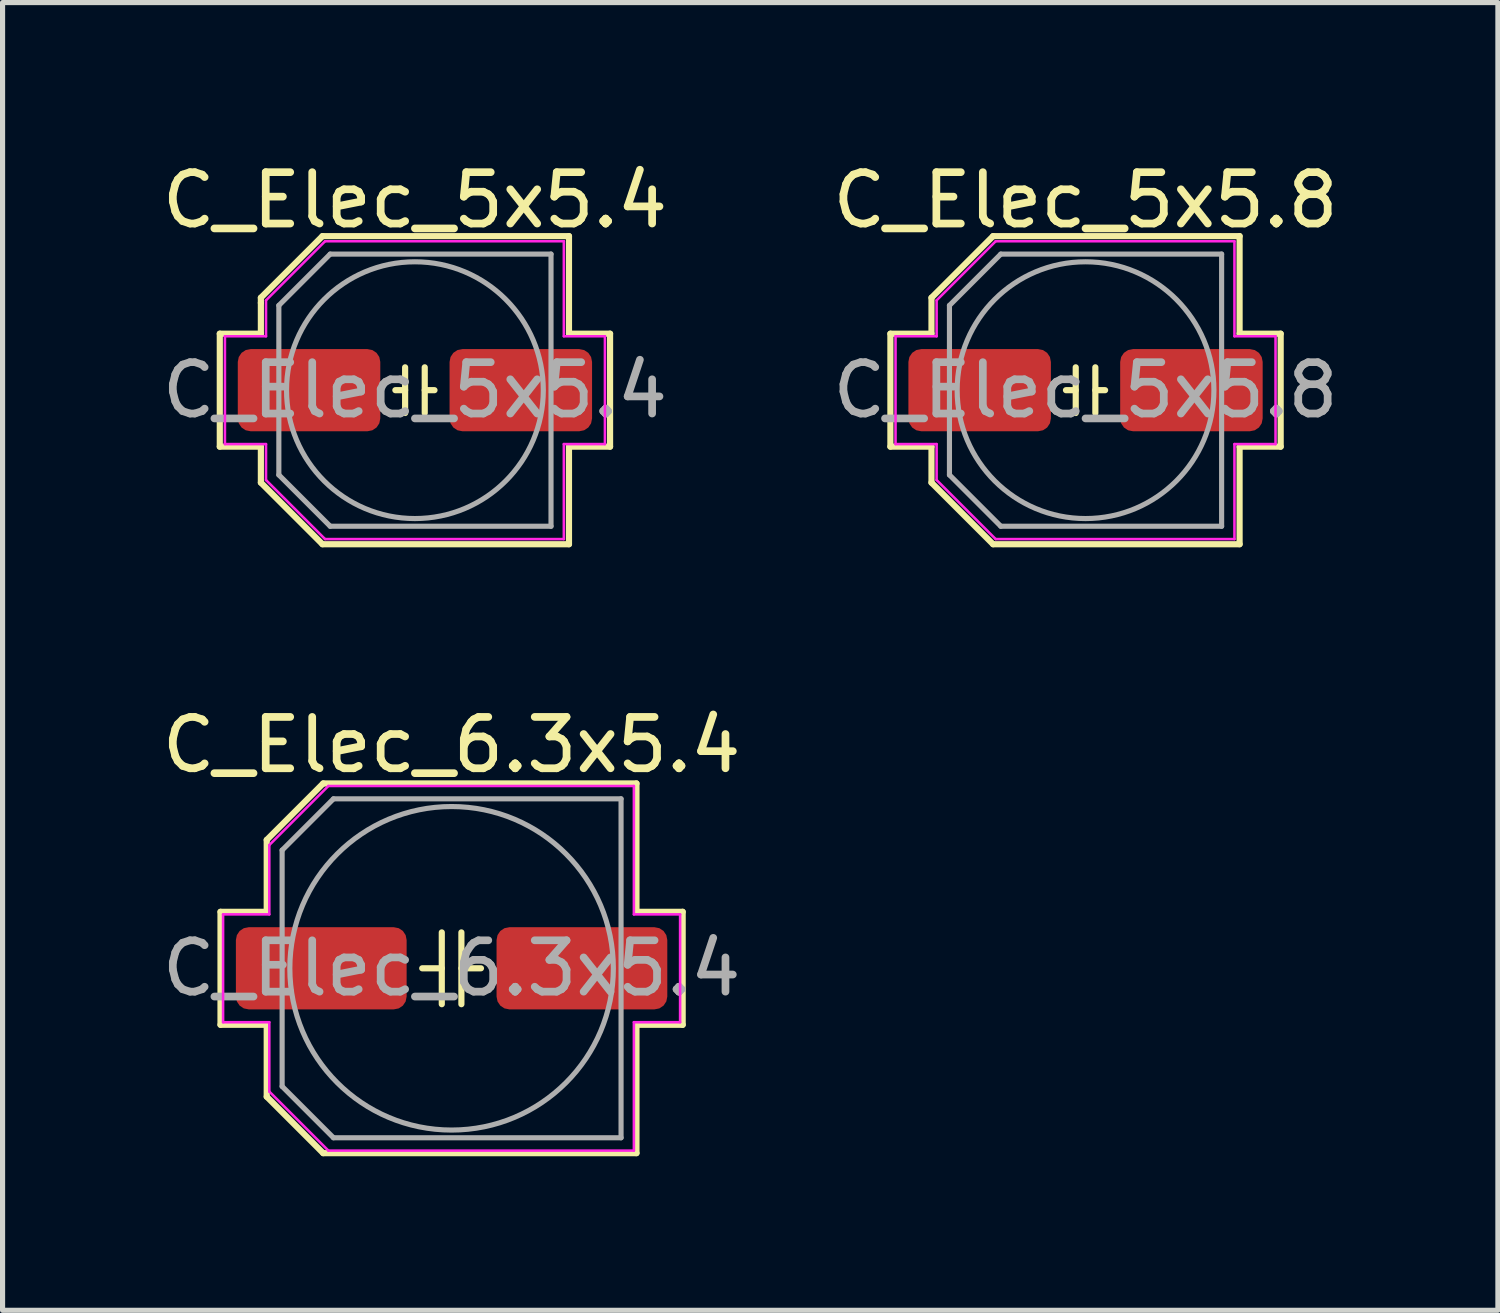
<source format=kicad_pcb>
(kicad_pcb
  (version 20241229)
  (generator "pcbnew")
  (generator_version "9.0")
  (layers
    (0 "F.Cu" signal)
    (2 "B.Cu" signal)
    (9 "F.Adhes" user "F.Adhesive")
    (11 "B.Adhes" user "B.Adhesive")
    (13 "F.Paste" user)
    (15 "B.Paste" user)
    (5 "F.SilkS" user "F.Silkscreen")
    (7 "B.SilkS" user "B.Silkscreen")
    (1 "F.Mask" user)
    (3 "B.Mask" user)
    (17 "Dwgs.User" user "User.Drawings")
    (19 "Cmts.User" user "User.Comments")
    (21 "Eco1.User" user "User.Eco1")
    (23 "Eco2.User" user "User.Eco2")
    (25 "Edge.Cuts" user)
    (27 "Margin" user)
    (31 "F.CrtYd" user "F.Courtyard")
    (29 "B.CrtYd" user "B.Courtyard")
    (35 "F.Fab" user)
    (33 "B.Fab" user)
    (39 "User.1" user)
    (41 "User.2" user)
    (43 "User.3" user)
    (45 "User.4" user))
  (footprint "C_Elec_6.3x5.4"
    (layer "F.Cu")
    (at 5.744 15.806)
    (property "Reference" "C_Elec_6.3x5.4" (at 0 -4.35 0) (layer "F.SilkS") (effects (font (size 1 1) (thickness 0.15))))
    (attr smd)
    (fp_line (start -4.5 -1.1) (end -4.5 1.1) (stroke (width 0.12) (type solid)) (layer "F.SilkS"))
    (fp_line (start -4.5 1.1) (end -3.6 1.1) (stroke (width 0.12) (type solid)) (layer "F.SilkS"))
    (fp_line (start -3.6 -2.5) (end -3.6 -1.1) (stroke (width 0.12) (type solid)) (layer "F.SilkS"))
    (fp_line (start -3.6 -1.1) (end -4.5 -1.1) (stroke (width 0.12) (type solid)) (layer "F.SilkS"))
    (fp_line (start -3.6 1.1) (end -3.6 2.5) (stroke (width 0.12) (type solid)) (layer "F.SilkS"))
    (fp_line (start -3.6 2.5) (end -2.5 3.6) (stroke (width 0.12) (type solid)) (layer "F.SilkS"))
    (fp_line (start -2.5 -3.6) (end -3.6 -2.5) (stroke (width 0.12) (type solid)) (layer "F.SilkS"))
    (fp_line (start -2.5 3.6) (end 3.6 3.6) (stroke (width 0.12) (type solid)) (layer "F.SilkS"))
    (fp_line (start -0.191 -0.699) (end -0.191 0.699) (stroke (width 0.12) (type solid)) (layer "F.SilkS"))
    (fp_line (start -0.191 0) (end -0.572 0) (stroke (width 0.12) (type solid)) (layer "F.SilkS"))
    (fp_line (start 0.191 -0.699) (end 0.191 0.699) (stroke (width 0.12) (type solid)) (layer "F.SilkS"))
    (fp_line (start 0.191 0) (end 0.572 0) (stroke (width 0.12) (type solid)) (layer "F.SilkS"))
    (fp_line (start 3.6 -3.6) (end -2.5 -3.6) (stroke (width 0.12) (type solid)) (layer "F.SilkS"))
    (fp_line (start 3.6 -1.1) (end 3.6 -3.6) (stroke (width 0.12) (type solid)) (layer "F.SilkS"))
    (fp_line (start 3.6 1.1) (end 4.5 1.1) (stroke (width 0.12) (type solid)) (layer "F.SilkS"))
    (fp_line (start 3.6 3.6) (end 3.6 1.1) (stroke (width 0.12) (type solid)) (layer "F.SilkS"))
    (fp_line (start 4.5 -1.1) (end 3.6 -1.1) (stroke (width 0.12) (type solid)) (layer "F.SilkS"))
    (fp_line (start 4.5 1.1) (end 4.5 -1.1) (stroke (width 0.12) (type solid)) (layer "F.SilkS"))
    (fp_line (start -4.45 -1.05) (end -4.45 1.05) (stroke (width 0.05) (type solid)) (layer "F.CrtYd"))
    (fp_line (start -4.45 1.05) (end -3.55 1.05) (stroke (width 0.05) (type solid)) (layer "F.CrtYd"))
    (fp_line (start -3.55 -2.4) (end -3.55 -1.05) (stroke (width 0.05) (type solid)) (layer "F.CrtYd"))
    (fp_line (start -3.55 -2.4) (end -2.4 -3.55) (stroke (width 0.05) (type solid)) (layer "F.CrtYd"))
    (fp_line (start -3.55 -1.05) (end -4.45 -1.05) (stroke (width 0.05) (type solid)) (layer "F.CrtYd"))
    (fp_line (start -3.55 1.05) (end -3.55 2.4) (stroke (width 0.05) (type solid)) (layer "F.CrtYd"))
    (fp_line (start -3.55 2.4) (end -2.4 3.55) (stroke (width 0.05) (type solid)) (layer "F.CrtYd"))
    (fp_line (start -2.4 -3.55) (end 3.55 -3.55) (stroke (width 0.05) (type solid)) (layer "F.CrtYd"))
    (fp_line (start -2.4 3.55) (end 3.55 3.55) (stroke (width 0.05) (type solid)) (layer "F.CrtYd"))
    (fp_line (start 3.55 -3.55) (end 3.55 -1.05) (stroke (width 0.05) (type solid)) (layer "F.CrtYd"))
    (fp_line (start 3.55 -1.05) (end 4.45 -1.05) (stroke (width 0.05) (type solid)) (layer "F.CrtYd"))
    (fp_line (start 3.55 1.05) (end 3.55 3.55) (stroke (width 0.05) (type solid)) (layer "F.CrtYd"))
    (fp_line (start 4.45 -1.05) (end 4.45 1.05) (stroke (width 0.05) (type solid)) (layer "F.CrtYd"))
    (fp_line (start 4.45 1.05) (end 3.55 1.05) (stroke (width 0.05) (type solid)) (layer "F.CrtYd"))
    (fp_line (start -3.3 -2.3) (end -3.3 2.3) (stroke (width 0.1) (type solid)) (layer "F.Fab"))
    (fp_line (start -3.3 -2.3) (end -2.3 -3.3) (stroke (width 0.1) (type solid)) (layer "F.Fab"))
    (fp_line (start -3.3 2.3) (end -2.3 3.3) (stroke (width 0.1) (type solid)) (layer "F.Fab"))
    (fp_line (start -2.3 -3.3) (end 3.3 -3.3) (stroke (width 0.1) (type solid)) (layer "F.Fab"))
    (fp_line (start -2.3 3.3) (end 3.3 3.3) (stroke (width 0.1) (type solid)) (layer "F.Fab"))
    (fp_line (start 3.3 -3.3) (end 3.3 3.3) (stroke (width 0.1) (type solid)) (layer "F.Fab"))
    (fp_circle (center 0 0) (end 3.15 0) (stroke (width 0.1) (type solid)) (fill no) (layer "F.Fab"))
    (fp_text user "${REFERENCE}" (at 0 0 0) (layer "F.Fab") (effects (font (size 1 1) (thickness 0.15))))
    (pad "1" smd roundrect (at -2.538 0) (size 3.325 1.6) (layers "F.Cu" "F.Mask" "F.Paste") (roundrect_rratio 0.156))
    (pad "2" smd roundrect (at 2.538 0) (size 3.325 1.6) (layers "F.Cu" "F.Mask" "F.Paste") (roundrect_rratio 0.156)))
  (footprint "C_Elec_5x5.8"
    (layer "F.Cu")
    (at 18.089 4.548)
    (property "Reference" "C_Elec_5x5.8" (at 0 -3.7 0) (layer "F.SilkS") (effects (font (size 1 1) (thickness 0.15))))
    (attr smd)
    (fp_line (start -3.8 -1.1) (end -3.8 1.1) (stroke (width 0.12) (type solid)) (layer "F.SilkS"))
    (fp_line (start -3.8 1.1) (end -3 1.1) (stroke (width 0.12) (type solid)) (layer "F.SilkS"))
    (fp_line (start -3 -1.8) (end -3 -1.1) (stroke (width 0.12) (type solid)) (layer "F.SilkS"))
    (fp_line (start -3 -1.1) (end -3.8 -1.1) (stroke (width 0.12) (type solid)) (layer "F.SilkS"))
    (fp_line (start -3 1.1) (end -3 1.8) (stroke (width 0.12) (type solid)) (layer "F.SilkS"))
    (fp_line (start -3 1.8) (end -1.8 3) (stroke (width 0.12) (type solid)) (layer "F.SilkS"))
    (fp_line (start -1.8 -3) (end -3 -1.8) (stroke (width 0.12) (type solid)) (layer "F.SilkS"))
    (fp_line (start -1.8 3) (end 3 3) (stroke (width 0.12) (type solid)) (layer "F.SilkS"))
    (fp_line (start -0.191 -0.445) (end -0.191 0.445) (stroke (width 0.12) (type solid)) (layer "F.SilkS"))
    (fp_line (start -0.191 0) (end -0.381 0) (stroke (width 0.12) (type solid)) (layer "F.SilkS"))
    (fp_line (start 0.191 -0.445) (end 0.191 0.445) (stroke (width 0.12) (type solid)) (layer "F.SilkS"))
    (fp_line (start 0.191 0) (end 0.381 0) (stroke (width 0.12) (type solid)) (layer "F.SilkS"))
    (fp_line (start 3 -3) (end -1.8 -3) (stroke (width 0.12) (type solid)) (layer "F.SilkS"))
    (fp_line (start 3 -1.1) (end 3 -3) (stroke (width 0.12) (type solid)) (layer "F.SilkS"))
    (fp_line (start 3 1.1) (end 3.8 1.1) (stroke (width 0.12) (type solid)) (layer "F.SilkS"))
    (fp_line (start 3 3) (end 3 1.1) (stroke (width 0.12) (type solid)) (layer "F.SilkS"))
    (fp_line (start 3.8 -1.1) (end 3 -1.1) (stroke (width 0.12) (type solid)) (layer "F.SilkS"))
    (fp_line (start 3.8 1.1) (end 3.8 -1.1) (stroke (width 0.12) (type solid)) (layer "F.SilkS"))
    (fp_line (start -3.7 -1.05) (end -3.7 1.05) (stroke (width 0.05) (type solid)) (layer "F.CrtYd"))
    (fp_line (start -3.7 1.05) (end -2.9 1.05) (stroke (width 0.05) (type solid)) (layer "F.CrtYd"))
    (fp_line (start -2.9 -1.75) (end -2.9 -1.05) (stroke (width 0.05) (type solid)) (layer "F.CrtYd"))
    (fp_line (start -2.9 -1.75) (end -1.75 -2.9) (stroke (width 0.05) (type solid)) (layer "F.CrtYd"))
    (fp_line (start -2.9 -1.05) (end -3.7 -1.05) (stroke (width 0.05) (type solid)) (layer "F.CrtYd"))
    (fp_line (start -2.9 1.05) (end -2.9 1.75) (stroke (width 0.05) (type solid)) (layer "F.CrtYd"))
    (fp_line (start -2.9 1.75) (end -1.75 2.9) (stroke (width 0.05) (type solid)) (layer "F.CrtYd"))
    (fp_line (start -1.75 -2.9) (end 2.9 -2.9) (stroke (width 0.05) (type solid)) (layer "F.CrtYd"))
    (fp_line (start -1.75 2.9) (end 2.9 2.9) (stroke (width 0.05) (type solid)) (layer "F.CrtYd"))
    (fp_line (start 2.9 -2.9) (end 2.9 -1.05) (stroke (width 0.05) (type solid)) (layer "F.CrtYd"))
    (fp_line (start 2.9 -1.05) (end 3.7 -1.05) (stroke (width 0.05) (type solid)) (layer "F.CrtYd"))
    (fp_line (start 2.9 1.05) (end 2.9 2.9) (stroke (width 0.05) (type solid)) (layer "F.CrtYd"))
    (fp_line (start 3.7 -1.05) (end 3.7 1.05) (stroke (width 0.05) (type solid)) (layer "F.CrtYd"))
    (fp_line (start 3.7 1.05) (end 2.9 1.05) (stroke (width 0.05) (type solid)) (layer "F.CrtYd"))
    (fp_line (start -2.65 -1.65) (end -2.65 1.65) (stroke (width 0.1) (type solid)) (layer "F.Fab"))
    (fp_line (start -2.65 -1.65) (end -1.65 -2.65) (stroke (width 0.1) (type solid)) (layer "F.Fab"))
    (fp_line (start -2.65 1.65) (end -1.65 2.65) (stroke (width 0.1) (type solid)) (layer "F.Fab"))
    (fp_line (start -1.65 -2.65) (end 2.65 -2.65) (stroke (width 0.1) (type solid)) (layer "F.Fab"))
    (fp_line (start -1.65 2.65) (end 2.65 2.65) (stroke (width 0.1) (type solid)) (layer "F.Fab"))
    (fp_line (start 2.65 -2.65) (end 2.65 2.65) (stroke (width 0.1) (type solid)) (layer "F.Fab"))
    (fp_circle (center 0 0) (end 2.5 0) (stroke (width 0.1) (type solid)) (fill no) (layer "F.Fab"))
    (fp_text user "${REFERENCE}" (at 0 0 0) (layer "F.Fab") (effects (font (size 1 1) (thickness 0.15))))
    (pad "1" smd roundrect (at -2.062 0) (size 2.775 1.6) (layers "F.Cu" "F.Mask" "F.Paste") (roundrect_rratio 0.156))
    (pad "2" smd roundrect (at 2.062 0) (size 2.775 1.6) (layers "F.Cu" "F.Mask" "F.Paste") (roundrect_rratio 0.156)))
  (footprint "C_Elec_5x5.4"
    (layer "F.Cu")
    (at 5.03 4.548)
    (property "Reference" "C_Elec_5x5.4" (at 0 -3.7 0) (layer "F.SilkS") (effects (font (size 1 1) (thickness 0.15))))
    (attr smd)
    (fp_line (start -3.8 -1.1) (end -3 -1.1) (stroke (width 0.12) (type solid)) (layer "F.SilkS"))
    (fp_line (start -3.8 1.1) (end -3.8 -1.1) (stroke (width 0.12) (type solid)) (layer "F.SilkS"))
    (fp_line (start -3 -1.8) (end -1.8 -3) (stroke (width 0.12) (type solid)) (layer "F.SilkS"))
    (fp_line (start -3 -1.7) (end -3 -1.8) (stroke (width 0.12) (type solid)) (layer "F.SilkS"))
    (fp_line (start -3 -1.1) (end -3 -1.7) (stroke (width 0.12) (type solid)) (layer "F.SilkS"))
    (fp_line (start -3 1.1) (end -3.8 1.1) (stroke (width 0.12) (type solid)) (layer "F.SilkS"))
    (fp_line (start -3 1.8) (end -3 1.1) (stroke (width 0.12) (type solid)) (layer "F.SilkS"))
    (fp_line (start -1.8 -3) (end 3 -3) (stroke (width 0.12) (type solid)) (layer "F.SilkS"))
    (fp_line (start -1.8 3) (end -3 1.8) (stroke (width 0.12) (type solid)) (layer "F.SilkS"))
    (fp_line (start -0.191 -0.445) (end -0.191 0.445) (stroke (width 0.12) (type solid)) (layer "F.SilkS"))
    (fp_line (start -0.191 0) (end -0.381 0) (stroke (width 0.12) (type solid)) (layer "F.SilkS"))
    (fp_line (start 0.191 -0.445) (end 0.191 0.445) (stroke (width 0.12) (type solid)) (layer "F.SilkS"))
    (fp_line (start 0.191 0) (end 0.381 0) (stroke (width 0.12) (type solid)) (layer "F.SilkS"))
    (fp_line (start 3 -3) (end 3 -1.1) (stroke (width 0.12) (type solid)) (layer "F.SilkS"))
    (fp_line (start 3 -1.1) (end 3.8 -1.1) (stroke (width 0.12) (type solid)) (layer "F.SilkS"))
    (fp_line (start 3 1.1) (end 3 3) (stroke (width 0.12) (type solid)) (layer "F.SilkS"))
    (fp_line (start 3 3) (end -1.8 3) (stroke (width 0.12) (type solid)) (layer "F.SilkS"))
    (fp_line (start 3.8 -1.1) (end 3.8 1.1) (stroke (width 0.12) (type solid)) (layer "F.SilkS"))
    (fp_line (start 3.8 1.1) (end 3 1.1) (stroke (width 0.12) (type solid)) (layer "F.SilkS"))
    (fp_line (start -3.7 -1.05) (end -3.7 1.05) (stroke (width 0.05) (type solid)) (layer "F.CrtYd"))
    (fp_line (start -3.7 1.05) (end -2.9 1.05) (stroke (width 0.05) (type solid)) (layer "F.CrtYd"))
    (fp_line (start -2.9 -1.75) (end -2.9 -1.05) (stroke (width 0.05) (type solid)) (layer "F.CrtYd"))
    (fp_line (start -2.9 -1.75) (end -1.75 -2.9) (stroke (width 0.05) (type solid)) (layer "F.CrtYd"))
    (fp_line (start -2.9 -1.05) (end -3.7 -1.05) (stroke (width 0.05) (type solid)) (layer "F.CrtYd"))
    (fp_line (start -2.9 1.05) (end -2.9 1.75) (stroke (width 0.05) (type solid)) (layer "F.CrtYd"))
    (fp_line (start -2.9 1.75) (end -1.75 2.9) (stroke (width 0.05) (type solid)) (layer "F.CrtYd"))
    (fp_line (start -1.75 -2.9) (end 2.9 -2.9) (stroke (width 0.05) (type solid)) (layer "F.CrtYd"))
    (fp_line (start -1.75 2.9) (end 2.9 2.9) (stroke (width 0.05) (type solid)) (layer "F.CrtYd"))
    (fp_line (start 2.9 -2.9) (end 2.9 -1.05) (stroke (width 0.05) (type solid)) (layer "F.CrtYd"))
    (fp_line (start 2.9 -1.05) (end 3.7 -1.05) (stroke (width 0.05) (type solid)) (layer "F.CrtYd"))
    (fp_line (start 2.9 1.05) (end 2.9 2.9) (stroke (width 0.05) (type solid)) (layer "F.CrtYd"))
    (fp_line (start 3.7 -1.05) (end 3.7 1.05) (stroke (width 0.05) (type solid)) (layer "F.CrtYd"))
    (fp_line (start 3.7 1.05) (end 2.9 1.05) (stroke (width 0.05) (type solid)) (layer "F.CrtYd"))
    (fp_line (start -2.65 -1.65) (end -2.65 1.65) (stroke (width 0.1) (type solid)) (layer "F.Fab"))
    (fp_line (start -2.65 -1.65) (end -1.65 -2.65) (stroke (width 0.1) (type solid)) (layer "F.Fab"))
    (fp_line (start -2.65 1.65) (end -1.65 2.65) (stroke (width 0.1) (type solid)) (layer "F.Fab"))
    (fp_line (start -1.65 -2.65) (end 2.65 -2.65) (stroke (width 0.1) (type solid)) (layer "F.Fab"))
    (fp_line (start -1.65 2.65) (end 2.65 2.65) (stroke (width 0.1) (type solid)) (layer "F.Fab"))
    (fp_line (start 2.65 -2.65) (end 2.65 2.65) (stroke (width 0.1) (type solid)) (layer "F.Fab"))
    (fp_circle (center 0 0) (end 2.5 0) (stroke (width 0.1) (type solid)) (fill no) (layer "F.Fab"))
    (fp_text user "${REFERENCE}" (at 0 0 0) (layer "F.Fab") (effects (font (size 1 1) (thickness 0.15))))
    (pad "1" smd roundrect (at -2.062 0) (size 2.775 1.6) (layers "F.Cu" "F.Mask" "F.Paste") (roundrect_rratio 0.156))
    (pad "2" smd roundrect (at 2.062 0) (size 2.775 1.6) (layers "F.Cu" "F.Mask" "F.Paste") (roundrect_rratio 0.156)))
  (gr_rect
    (start -3 -3)
    (end 26.119 22.466)
    (stroke (width 0.1) (type default))
    (fill no)
    (layer "Edge.Cuts")))
</source>
